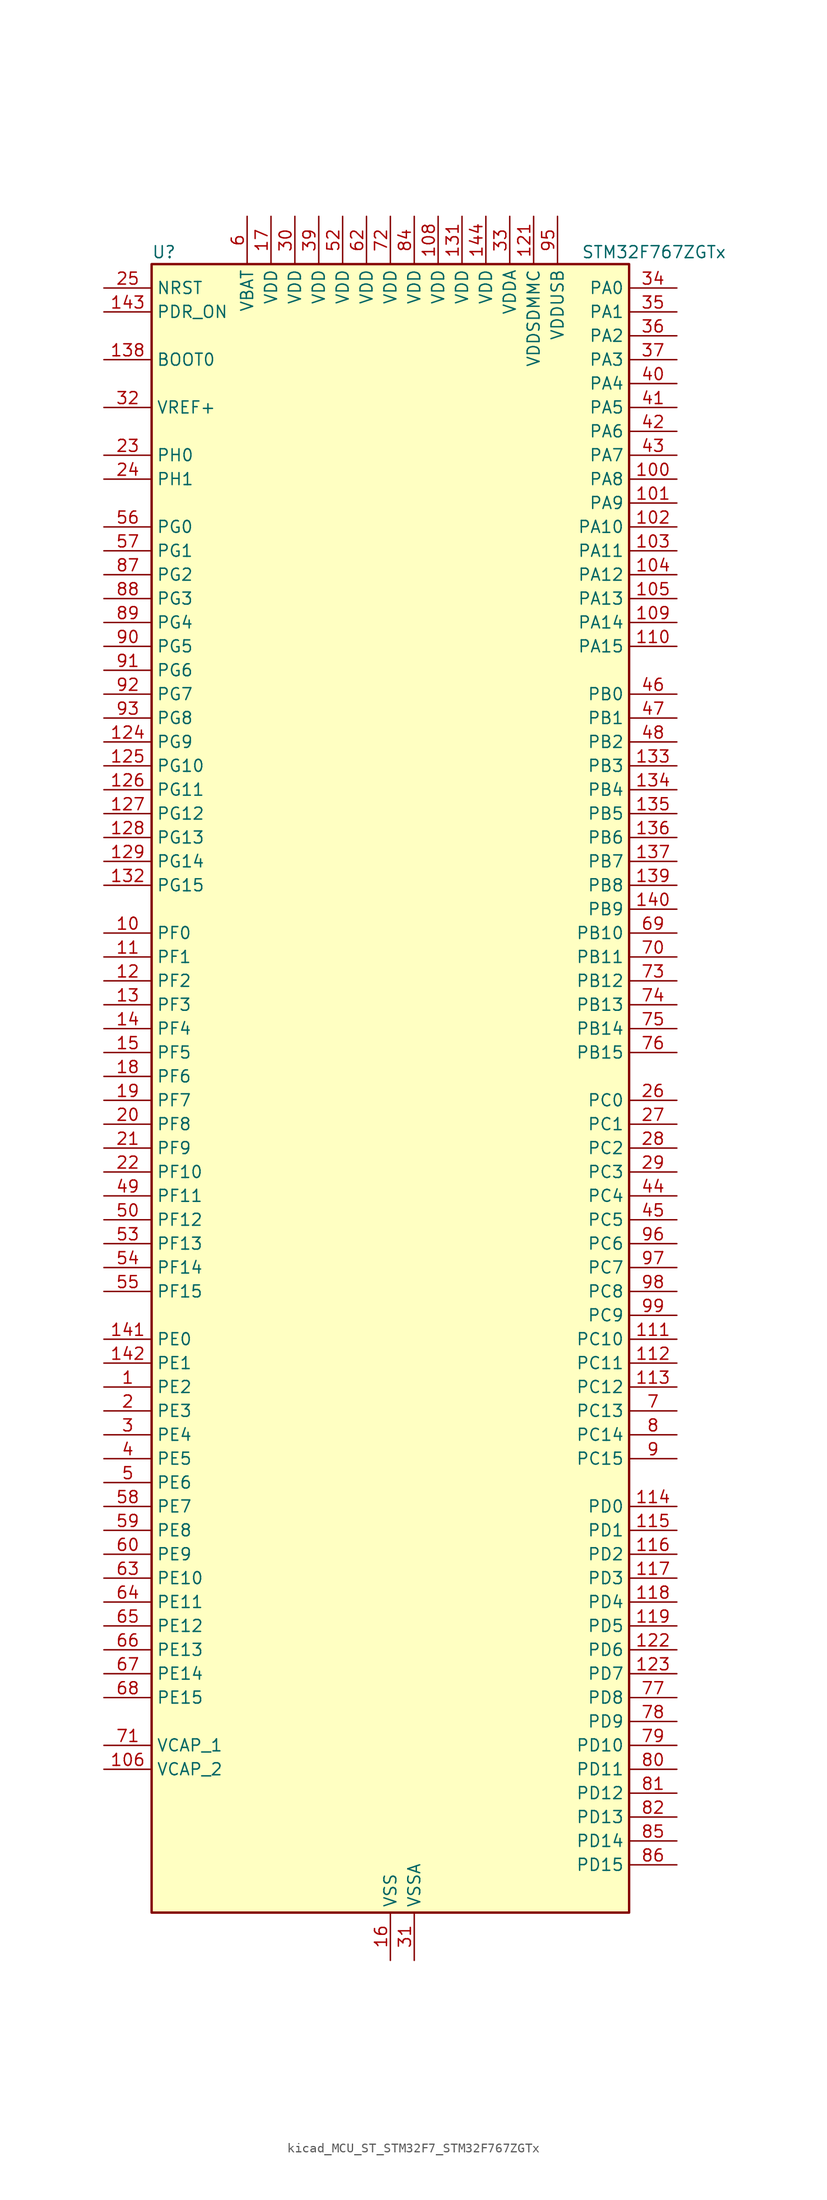
<source format=kicad_sym>
(kicad_symbol_lib
  (version 20220914)
  (generator kicad_symbol_editor)
  (symbol "kicad_MCU_ST_STM32F7_STM32F767ZGTx"
    (property "Reference" "U"
      (at -25.4 90.17 0)
      (effects (font (size 1.27 1.27)) (justify left)))
    (property "Value" "STM32F767ZGTx"
      (at 20.32 90.17 0)
      (effects (font (size 1.27 1.27)) (justify left)))
    (property "ki_locked" ""
      (at 0 0 0)
      (effects (font (size 1.27 1.27))))
    (symbol "kicad_MCU_ST_STM32F7_STM32F767ZGTx_0_1"
      (rectangle (start -25.4 -86.36) (end 25.4 88.9) (stroke (width 0.254) (type default)) (fill (type background))))
    (symbol "kicad_MCU_ST_STM32F7_STM32F767ZGTx_1_1"
      (pin bidirectional line (at -30.48 -30.48 0) (length 5.08) (name "PE2" (effects (font (size 1.27 1.27)))) (number "1" (effects (font (size 1.27 1.27)))) (alternate "ETH_TXD3" bidirectional line) (alternate "FMC_A23" bidirectional line) (alternate "QUADSPI_BK1_IO2" bidirectional line) (alternate "SAI1_MCLK_A" bidirectional line) (alternate "SPI4_SCK" bidirectional line) (alternate "SYS_TRACECLK" bidirectional line))
      (pin bidirectional line (at -30.48 17.78 0) (length 5.08) (name "PF0" (effects (font (size 1.27 1.27)))) (number "10" (effects (font (size 1.27 1.27)))) (alternate "FMC_A0" bidirectional line) (alternate "I2C2_SDA" bidirectional line))
      (pin bidirectional line (at 30.48 66.04 180) (length 5.08) (name "PA8" (effects (font (size 1.27 1.27)))) (number "100" (effects (font (size 1.27 1.27)))) (alternate "CAN3_RX" bidirectional line) (alternate "I2C3_SCL" bidirectional line) (alternate "LTDC_B3" bidirectional line) (alternate "LTDC_R6" bidirectional line) (alternate "RCC_MCO_1" bidirectional line) (alternate "TIM1_CH1" bidirectional line) (alternate "TIM8_BKIN2" bidirectional line) (alternate "UART7_RX" bidirectional line) (alternate "USART1_CK" bidirectional line) (alternate "USB_OTG_FS_SOF" bidirectional line))
      (pin bidirectional line (at 30.48 63.5 180) (length 5.08) (name "PA9" (effects (font (size 1.27 1.27)))) (number "101" (effects (font (size 1.27 1.27)))) (alternate "DAC_EXTI9" bidirectional line) (alternate "DCMI_D0" bidirectional line) (alternate "I2C3_SMBA" bidirectional line) (alternate "I2S2_CK" bidirectional line) (alternate "LTDC_R5" bidirectional line) (alternate "SPI2_SCK" bidirectional line) (alternate "TIM1_CH2" bidirectional line) (alternate "USART1_TX" bidirectional line) (alternate "USB_OTG_FS_VBUS" bidirectional line))
      (pin bidirectional line (at 30.48 60.96 180) (length 5.08) (name "PA10" (effects (font (size 1.27 1.27)))) (number "102" (effects (font (size 1.27 1.27)))) (alternate "DCMI_D1" bidirectional line) (alternate "LTDC_B1" bidirectional line) (alternate "LTDC_B4" bidirectional line) (alternate "MDIOS_MDIO" bidirectional line) (alternate "TIM1_CH3" bidirectional line) (alternate "USART1_RX" bidirectional line) (alternate "USB_OTG_FS_ID" bidirectional line))
      (pin bidirectional line (at 30.48 58.42 180) (length 5.08) (name "PA11" (effects (font (size 1.27 1.27)))) (number "103" (effects (font (size 1.27 1.27)))) (alternate "ADC1_EXTI11" bidirectional line) (alternate "ADC2_EXTI11" bidirectional line) (alternate "ADC3_EXTI11" bidirectional line) (alternate "CAN1_RX" bidirectional line) (alternate "I2S2_WS" bidirectional line) (alternate "LTDC_R4" bidirectional line) (alternate "SPI2_NSS" bidirectional line) (alternate "TIM1_CH4" bidirectional line) (alternate "UART4_RX" bidirectional line) (alternate "USART1_CTS" bidirectional line) (alternate "USB_OTG_FS_DM" bidirectional line))
      (pin bidirectional line (at 30.48 55.88 180) (length 5.08) (name "PA12" (effects (font (size 1.27 1.27)))) (number "104" (effects (font (size 1.27 1.27)))) (alternate "CAN1_TX" bidirectional line) (alternate "I2S2_CK" bidirectional line) (alternate "LTDC_R5" bidirectional line) (alternate "SAI2_FS_B" bidirectional line) (alternate "SPI2_SCK" bidirectional line) (alternate "TIM1_ETR" bidirectional line) (alternate "UART4_TX" bidirectional line) (alternate "USART1_DE" bidirectional line) (alternate "USART1_RTS" bidirectional line) (alternate "USB_OTG_FS_DP" bidirectional line))
      (pin bidirectional line (at 30.48 53.34 180) (length 5.08) (name "PA13" (effects (font (size 1.27 1.27)))) (number "105" (effects (font (size 1.27 1.27)))) (alternate "SYS_JTMS-SWDIO" bidirectional line))
      (pin power_out line (at -30.48 -71.12 0) (length 5.08) (name "VCAP_2" (effects (font (size 1.27 1.27)))) (number "106" (effects (font (size 1.27 1.27)))))
      (pin passive line (at 0 -91.44 90) (length 5.08) hide (name "VSS" (effects (font (size 1.27 1.27)))) (number "107" (effects (font (size 1.27 1.27)))))
      (pin power_in line (at 5.08 93.98 270) (length 5.08) (name "VDD" (effects (font (size 1.27 1.27)))) (number "108" (effects (font (size 1.27 1.27)))))
      (pin bidirectional line (at 30.48 50.8 180) (length 5.08) (name "PA14" (effects (font (size 1.27 1.27)))) (number "109" (effects (font (size 1.27 1.27)))) (alternate "SYS_JTCK-SWCLK" bidirectional line))
      (pin bidirectional line (at -30.48 15.24 0) (length 5.08) (name "PF1" (effects (font (size 1.27 1.27)))) (number "11" (effects (font (size 1.27 1.27)))) (alternate "FMC_A1" bidirectional line) (alternate "I2C2_SCL" bidirectional line))
      (pin bidirectional line (at 30.48 48.26 180) (length 5.08) (name "PA15" (effects (font (size 1.27 1.27)))) (number "110" (effects (font (size 1.27 1.27)))) (alternate "CAN3_TX" bidirectional line) (alternate "CEC" bidirectional line) (alternate "I2S1_WS" bidirectional line) (alternate "I2S3_WS" bidirectional line) (alternate "SPI1_NSS" bidirectional line) (alternate "SPI3_NSS" bidirectional line) (alternate "SPI6_NSS" bidirectional line) (alternate "SYS_JTDI" bidirectional line) (alternate "TIM2_CH1" bidirectional line) (alternate "TIM2_ETR" bidirectional line) (alternate "UART4_DE" bidirectional line) (alternate "UART4_RTS" bidirectional line) (alternate "UART7_TX" bidirectional line))
      (pin bidirectional line (at 30.48 -25.4 180) (length 5.08) (name "PC10" (effects (font (size 1.27 1.27)))) (number "111" (effects (font (size 1.27 1.27)))) (alternate "DCMI_D8" bidirectional line) (alternate "DFSDM1_CKIN5" bidirectional line) (alternate "I2S3_CK" bidirectional line) (alternate "LTDC_R2" bidirectional line) (alternate "QUADSPI_BK1_IO1" bidirectional line) (alternate "SDMMC1_D2" bidirectional line) (alternate "SPI3_SCK" bidirectional line) (alternate "UART4_TX" bidirectional line) (alternate "USART3_TX" bidirectional line))
      (pin bidirectional line (at 30.48 -27.94 180) (length 5.08) (name "PC11" (effects (font (size 1.27 1.27)))) (number "112" (effects (font (size 1.27 1.27)))) (alternate "ADC1_EXTI11" bidirectional line) (alternate "ADC2_EXTI11" bidirectional line) (alternate "ADC3_EXTI11" bidirectional line) (alternate "DCMI_D4" bidirectional line) (alternate "DFSDM1_DATIN5" bidirectional line) (alternate "QUADSPI_BK2_NCS" bidirectional line) (alternate "SDMMC1_D3" bidirectional line) (alternate "SPI3_MISO" bidirectional line) (alternate "UART4_RX" bidirectional line) (alternate "USART3_RX" bidirectional line))
      (pin bidirectional line (at 30.48 -30.48 180) (length 5.08) (name "PC12" (effects (font (size 1.27 1.27)))) (number "113" (effects (font (size 1.27 1.27)))) (alternate "DCMI_D9" bidirectional line) (alternate "I2S3_SD" bidirectional line) (alternate "SDMMC1_CK" bidirectional line) (alternate "SPI3_MOSI" bidirectional line) (alternate "SYS_TRACED3" bidirectional line) (alternate "UART5_TX" bidirectional line) (alternate "USART3_CK" bidirectional line))
      (pin bidirectional line (at 30.48 -43.18 180) (length 5.08) (name "PD0" (effects (font (size 1.27 1.27)))) (number "114" (effects (font (size 1.27 1.27)))) (alternate "CAN1_RX" bidirectional line) (alternate "DFSDM1_CKIN6" bidirectional line) (alternate "DFSDM1_DATIN7" bidirectional line) (alternate "FMC_D2" bidirectional line) (alternate "FMC_DA2" bidirectional line) (alternate "UART4_RX" bidirectional line))
      (pin bidirectional line (at 30.48 -45.72 180) (length 5.08) (name "PD1" (effects (font (size 1.27 1.27)))) (number "115" (effects (font (size 1.27 1.27)))) (alternate "CAN1_TX" bidirectional line) (alternate "DFSDM1_CKIN7" bidirectional line) (alternate "DFSDM1_DATIN6" bidirectional line) (alternate "FMC_D3" bidirectional line) (alternate "FMC_DA3" bidirectional line) (alternate "UART4_TX" bidirectional line))
      (pin bidirectional line (at 30.48 -48.26 180) (length 5.08) (name "PD2" (effects (font (size 1.27 1.27)))) (number "116" (effects (font (size 1.27 1.27)))) (alternate "DCMI_D11" bidirectional line) (alternate "SDMMC1_CMD" bidirectional line) (alternate "SYS_TRACED2" bidirectional line) (alternate "TIM3_ETR" bidirectional line) (alternate "UART5_RX" bidirectional line))
      (pin bidirectional line (at 30.48 -50.8 180) (length 5.08) (name "PD3" (effects (font (size 1.27 1.27)))) (number "117" (effects (font (size 1.27 1.27)))) (alternate "DCMI_D5" bidirectional line) (alternate "DFSDM1_CKOUT" bidirectional line) (alternate "DFSDM1_DATIN0" bidirectional line) (alternate "FMC_CLK" bidirectional line) (alternate "I2S2_CK" bidirectional line) (alternate "LTDC_G7" bidirectional line) (alternate "SPI2_SCK" bidirectional line) (alternate "USART2_CTS" bidirectional line))
      (pin bidirectional line (at 30.48 -53.34 180) (length 5.08) (name "PD4" (effects (font (size 1.27 1.27)))) (number "118" (effects (font (size 1.27 1.27)))) (alternate "DFSDM1_CKIN0" bidirectional line) (alternate "FMC_NOE" bidirectional line) (alternate "USART2_DE" bidirectional line) (alternate "USART2_RTS" bidirectional line))
      (pin bidirectional line (at 30.48 -55.88 180) (length 5.08) (name "PD5" (effects (font (size 1.27 1.27)))) (number "119" (effects (font (size 1.27 1.27)))) (alternate "FMC_NWE" bidirectional line) (alternate "USART2_TX" bidirectional line))
      (pin bidirectional line (at -30.48 12.7 0) (length 5.08) (name "PF2" (effects (font (size 1.27 1.27)))) (number "12" (effects (font (size 1.27 1.27)))) (alternate "FMC_A2" bidirectional line) (alternate "I2C2_SMBA" bidirectional line))
      (pin passive line (at 0 -91.44 90) (length 5.08) hide (name "VSS" (effects (font (size 1.27 1.27)))) (number "120" (effects (font (size 1.27 1.27)))))
      (pin power_in line (at 15.24 93.98 270) (length 5.08) (name "VDDSDMMC" (effects (font (size 1.27 1.27)))) (number "121" (effects (font (size 1.27 1.27)))))
      (pin bidirectional line (at 30.48 -58.42 180) (length 5.08) (name "PD6" (effects (font (size 1.27 1.27)))) (number "122" (effects (font (size 1.27 1.27)))) (alternate "DCMI_D10" bidirectional line) (alternate "DFSDM1_CKIN4" bidirectional line) (alternate "DFSDM1_DATIN1" bidirectional line) (alternate "FMC_NWAIT" bidirectional line) (alternate "I2S3_SD" bidirectional line) (alternate "LTDC_B2" bidirectional line) (alternate "SAI1_SD_A" bidirectional line) (alternate "SDMMC2_CK" bidirectional line) (alternate "SPI3_MOSI" bidirectional line) (alternate "USART2_RX" bidirectional line))
      (pin bidirectional line (at 30.48 -60.96 180) (length 5.08) (name "PD7" (effects (font (size 1.27 1.27)))) (number "123" (effects (font (size 1.27 1.27)))) (alternate "DFSDM1_CKIN1" bidirectional line) (alternate "DFSDM1_DATIN4" bidirectional line) (alternate "FMC_NE1" bidirectional line) (alternate "I2S1_SD" bidirectional line) (alternate "SDMMC2_CMD" bidirectional line) (alternate "SPDIFRX_IN0" bidirectional line) (alternate "SPI1_MOSI" bidirectional line) (alternate "USART2_CK" bidirectional line))
      (pin bidirectional line (at -30.48 38.1 0) (length 5.08) (name "PG9" (effects (font (size 1.27 1.27)))) (number "124" (effects (font (size 1.27 1.27)))) (alternate "DAC_EXTI9" bidirectional line) (alternate "DCMI_VSYNC" bidirectional line) (alternate "FMC_NCE" bidirectional line) (alternate "FMC_NE2" bidirectional line) (alternate "QUADSPI_BK2_IO2" bidirectional line) (alternate "SAI2_FS_B" bidirectional line) (alternate "SDMMC2_D0" bidirectional line) (alternate "SPDIFRX_IN3" bidirectional line) (alternate "SPI1_MISO" bidirectional line) (alternate "USART6_RX" bidirectional line))
      (pin bidirectional line (at -30.48 35.56 0) (length 5.08) (name "PG10" (effects (font (size 1.27 1.27)))) (number "125" (effects (font (size 1.27 1.27)))) (alternate "DCMI_D2" bidirectional line) (alternate "FMC_NE3" bidirectional line) (alternate "I2S1_WS" bidirectional line) (alternate "LTDC_B2" bidirectional line) (alternate "LTDC_G3" bidirectional line) (alternate "SAI2_SD_B" bidirectional line) (alternate "SDMMC2_D1" bidirectional line) (alternate "SPI1_NSS" bidirectional line))
      (pin bidirectional line (at -30.48 33.02 0) (length 5.08) (name "PG11" (effects (font (size 1.27 1.27)))) (number "126" (effects (font (size 1.27 1.27)))) (alternate "ADC1_EXTI11" bidirectional line) (alternate "ADC2_EXTI11" bidirectional line) (alternate "ADC3_EXTI11" bidirectional line) (alternate "DCMI_D3" bidirectional line) (alternate "ETH_TX_EN" bidirectional line) (alternate "I2S1_CK" bidirectional line) (alternate "LTDC_B3" bidirectional line) (alternate "SDMMC2_D2" bidirectional line) (alternate "SPDIFRX_IN0" bidirectional line) (alternate "SPI1_SCK" bidirectional line))
      (pin bidirectional line (at -30.48 30.48 0) (length 5.08) (name "PG12" (effects (font (size 1.27 1.27)))) (number "127" (effects (font (size 1.27 1.27)))) (alternate "FMC_NE4" bidirectional line) (alternate "LPTIM1_IN1" bidirectional line) (alternate "LTDC_B1" bidirectional line) (alternate "LTDC_B4" bidirectional line) (alternate "SDMMC2_D3" bidirectional line) (alternate "SPDIFRX_IN1" bidirectional line) (alternate "SPI6_MISO" bidirectional line) (alternate "USART6_DE" bidirectional line) (alternate "USART6_RTS" bidirectional line))
      (pin bidirectional line (at -30.48 27.94 0) (length 5.08) (name "PG13" (effects (font (size 1.27 1.27)))) (number "128" (effects (font (size 1.27 1.27)))) (alternate "ETH_TXD0" bidirectional line) (alternate "FMC_A24" bidirectional line) (alternate "LPTIM1_OUT" bidirectional line) (alternate "LTDC_R0" bidirectional line) (alternate "SPI6_SCK" bidirectional line) (alternate "SYS_TRACED0" bidirectional line) (alternate "USART6_CTS" bidirectional line))
      (pin bidirectional line (at -30.48 25.4 0) (length 5.08) (name "PG14" (effects (font (size 1.27 1.27)))) (number "129" (effects (font (size 1.27 1.27)))) (alternate "ETH_TXD1" bidirectional line) (alternate "FMC_A25" bidirectional line) (alternate "LPTIM1_ETR" bidirectional line) (alternate "LTDC_B0" bidirectional line) (alternate "QUADSPI_BK2_IO3" bidirectional line) (alternate "SPI6_MOSI" bidirectional line) (alternate "SYS_TRACED1" bidirectional line) (alternate "USART6_TX" bidirectional line))
      (pin bidirectional line (at -30.48 10.16 0) (length 5.08) (name "PF3" (effects (font (size 1.27 1.27)))) (number "13" (effects (font (size 1.27 1.27)))) (alternate "ADC3_IN9" bidirectional line) (alternate "FMC_A3" bidirectional line))
      (pin passive line (at 0 -91.44 90) (length 5.08) hide (name "VSS" (effects (font (size 1.27 1.27)))) (number "130" (effects (font (size 1.27 1.27)))))
      (pin power_in line (at 7.62 93.98 270) (length 5.08) (name "VDD" (effects (font (size 1.27 1.27)))) (number "131" (effects (font (size 1.27 1.27)))))
      (pin bidirectional line (at -30.48 22.86 0) (length 5.08) (name "PG15" (effects (font (size 1.27 1.27)))) (number "132" (effects (font (size 1.27 1.27)))) (alternate "DCMI_D13" bidirectional line) (alternate "FMC_SDNCAS" bidirectional line) (alternate "USART6_CTS" bidirectional line))
      (pin bidirectional line (at 30.48 35.56 180) (length 5.08) (name "PB3" (effects (font (size 1.27 1.27)))) (number "133" (effects (font (size 1.27 1.27)))) (alternate "CAN3_RX" bidirectional line) (alternate "I2S1_CK" bidirectional line) (alternate "I2S3_CK" bidirectional line) (alternate "SDMMC2_D2" bidirectional line) (alternate "SPI1_SCK" bidirectional line) (alternate "SPI3_SCK" bidirectional line) (alternate "SPI6_SCK" bidirectional line) (alternate "SYS_JTDO-SWO" bidirectional line) (alternate "TIM2_CH2" bidirectional line) (alternate "UART7_RX" bidirectional line))
      (pin bidirectional line (at 30.48 33.02 180) (length 5.08) (name "PB4" (effects (font (size 1.27 1.27)))) (number "134" (effects (font (size 1.27 1.27)))) (alternate "CAN3_TX" bidirectional line) (alternate "I2S2_WS" bidirectional line) (alternate "SDMMC2_D3" bidirectional line) (alternate "SPI1_MISO" bidirectional line) (alternate "SPI2_NSS" bidirectional line) (alternate "SPI3_MISO" bidirectional line) (alternate "SPI6_MISO" bidirectional line) (alternate "SYS_JTRST" bidirectional line) (alternate "TIM3_CH1" bidirectional line) (alternate "UART7_TX" bidirectional line))
      (pin bidirectional line (at 30.48 30.48 180) (length 5.08) (name "PB5" (effects (font (size 1.27 1.27)))) (number "135" (effects (font (size 1.27 1.27)))) (alternate "CAN2_RX" bidirectional line) (alternate "DCMI_D10" bidirectional line) (alternate "ETH_PPS_OUT" bidirectional line) (alternate "FMC_SDCKE1" bidirectional line) (alternate "I2C1_SMBA" bidirectional line) (alternate "I2S1_SD" bidirectional line) (alternate "I2S3_SD" bidirectional line) (alternate "LTDC_G7" bidirectional line) (alternate "SPI1_MOSI" bidirectional line) (alternate "SPI3_MOSI" bidirectional line) (alternate "SPI6_MOSI" bidirectional line) (alternate "TIM3_CH2" bidirectional line) (alternate "UART5_RX" bidirectional line) (alternate "USB_OTG_HS_ULPI_D7" bidirectional line))
      (pin bidirectional line (at 30.48 27.94 180) (length 5.08) (name "PB6" (effects (font (size 1.27 1.27)))) (number "136" (effects (font (size 1.27 1.27)))) (alternate "CAN2_TX" bidirectional line) (alternate "CEC" bidirectional line) (alternate "DCMI_D5" bidirectional line) (alternate "DFSDM1_DATIN5" bidirectional line) (alternate "FMC_SDNE1" bidirectional line) (alternate "I2C1_SCL" bidirectional line) (alternate "I2C4_SCL" bidirectional line) (alternate "QUADSPI_BK1_NCS" bidirectional line) (alternate "TIM4_CH1" bidirectional line) (alternate "UART5_TX" bidirectional line) (alternate "USART1_TX" bidirectional line))
      (pin bidirectional line (at 30.48 25.4 180) (length 5.08) (name "PB7" (effects (font (size 1.27 1.27)))) (number "137" (effects (font (size 1.27 1.27)))) (alternate "DCMI_VSYNC" bidirectional line) (alternate "DFSDM1_CKIN5" bidirectional line) (alternate "FMC_NL" bidirectional line) (alternate "I2C1_SDA" bidirectional line) (alternate "I2C4_SDA" bidirectional line) (alternate "TIM4_CH2" bidirectional line) (alternate "USART1_RX" bidirectional line))
      (pin input line (at -30.48 78.74 0) (length 5.08) (name "BOOT0" (effects (font (size 1.27 1.27)))) (number "138" (effects (font (size 1.27 1.27)))))
      (pin bidirectional line (at 30.48 22.86 180) (length 5.08) (name "PB8" (effects (font (size 1.27 1.27)))) (number "139" (effects (font (size 1.27 1.27)))) (alternate "CAN1_RX" bidirectional line) (alternate "DCMI_D6" bidirectional line) (alternate "DFSDM1_CKIN7" bidirectional line) (alternate "ETH_TXD3" bidirectional line) (alternate "I2C1_SCL" bidirectional line) (alternate "I2C4_SCL" bidirectional line) (alternate "LTDC_B6" bidirectional line) (alternate "SDMMC1_D4" bidirectional line) (alternate "SDMMC2_D4" bidirectional line) (alternate "TIM10_CH1" bidirectional line) (alternate "TIM4_CH3" bidirectional line) (alternate "UART5_RX" bidirectional line))
      (pin bidirectional line (at -30.48 7.62 0) (length 5.08) (name "PF4" (effects (font (size 1.27 1.27)))) (number "14" (effects (font (size 1.27 1.27)))) (alternate "ADC3_IN14" bidirectional line) (alternate "FMC_A4" bidirectional line))
      (pin bidirectional line (at 30.48 20.32 180) (length 5.08) (name "PB9" (effects (font (size 1.27 1.27)))) (number "140" (effects (font (size 1.27 1.27)))) (alternate "CAN1_TX" bidirectional line) (alternate "DAC_EXTI9" bidirectional line) (alternate "DCMI_D7" bidirectional line) (alternate "DFSDM1_DATIN7" bidirectional line) (alternate "I2C1_SDA" bidirectional line) (alternate "I2C4_SDA" bidirectional line) (alternate "I2C4_SMBA" bidirectional line) (alternate "I2S2_WS" bidirectional line) (alternate "LTDC_B7" bidirectional line) (alternate "SDMMC1_D5" bidirectional line) (alternate "SDMMC2_D5" bidirectional line) (alternate "SPI2_NSS" bidirectional line) (alternate "TIM11_CH1" bidirectional line) (alternate "TIM4_CH4" bidirectional line) (alternate "UART5_TX" bidirectional line))
      (pin bidirectional line (at -30.48 -25.4 0) (length 5.08) (name "PE0" (effects (font (size 1.27 1.27)))) (number "141" (effects (font (size 1.27 1.27)))) (alternate "DCMI_D2" bidirectional line) (alternate "FMC_NBL0" bidirectional line) (alternate "LPTIM1_ETR" bidirectional line) (alternate "SAI2_MCLK_A" bidirectional line) (alternate "TIM4_ETR" bidirectional line) (alternate "UART8_RX" bidirectional line))
      (pin bidirectional line (at -30.48 -27.94 0) (length 5.08) (name "PE1" (effects (font (size 1.27 1.27)))) (number "142" (effects (font (size 1.27 1.27)))) (alternate "DCMI_D3" bidirectional line) (alternate "FMC_NBL1" bidirectional line) (alternate "LPTIM1_IN2" bidirectional line) (alternate "UART8_TX" bidirectional line))
      (pin input line (at -30.48 83.82 0) (length 5.08) (name "PDR_ON" (effects (font (size 1.27 1.27)))) (number "143" (effects (font (size 1.27 1.27)))))
      (pin power_in line (at 10.16 93.98 270) (length 5.08) (name "VDD" (effects (font (size 1.27 1.27)))) (number "144" (effects (font (size 1.27 1.27)))))
      (pin bidirectional line (at -30.48 5.08 0) (length 5.08) (name "PF5" (effects (font (size 1.27 1.27)))) (number "15" (effects (font (size 1.27 1.27)))) (alternate "ADC3_IN15" bidirectional line) (alternate "FMC_A5" bidirectional line))
      (pin power_in line (at 0 -91.44 90) (length 5.08) (name "VSS" (effects (font (size 1.27 1.27)))) (number "16" (effects (font (size 1.27 1.27)))))
      (pin power_in line (at -12.7 93.98 270) (length 5.08) (name "VDD" (effects (font (size 1.27 1.27)))) (number "17" (effects (font (size 1.27 1.27)))))
      (pin bidirectional line (at -30.48 2.54 0) (length 5.08) (name "PF6" (effects (font (size 1.27 1.27)))) (number "18" (effects (font (size 1.27 1.27)))) (alternate "ADC3_IN4" bidirectional line) (alternate "QUADSPI_BK1_IO3" bidirectional line) (alternate "SAI1_SD_B" bidirectional line) (alternate "SPI5_NSS" bidirectional line) (alternate "TIM10_CH1" bidirectional line) (alternate "UART7_RX" bidirectional line))
      (pin bidirectional line (at -30.48 0 0) (length 5.08) (name "PF7" (effects (font (size 1.27 1.27)))) (number "19" (effects (font (size 1.27 1.27)))) (alternate "ADC3_IN5" bidirectional line) (alternate "QUADSPI_BK1_IO2" bidirectional line) (alternate "SAI1_MCLK_B" bidirectional line) (alternate "SPI5_SCK" bidirectional line) (alternate "TIM11_CH1" bidirectional line) (alternate "UART7_TX" bidirectional line))
      (pin bidirectional line (at -30.48 -33.02 0) (length 5.08) (name "PE3" (effects (font (size 1.27 1.27)))) (number "2" (effects (font (size 1.27 1.27)))) (alternate "FMC_A19" bidirectional line) (alternate "SAI1_SD_B" bidirectional line) (alternate "SYS_TRACED0" bidirectional line))
      (pin bidirectional line (at -30.48 -2.54 0) (length 5.08) (name "PF8" (effects (font (size 1.27 1.27)))) (number "20" (effects (font (size 1.27 1.27)))) (alternate "ADC3_IN6" bidirectional line) (alternate "QUADSPI_BK1_IO0" bidirectional line) (alternate "SAI1_SCK_B" bidirectional line) (alternate "SPI5_MISO" bidirectional line) (alternate "TIM13_CH1" bidirectional line) (alternate "UART7_DE" bidirectional line) (alternate "UART7_RTS" bidirectional line))
      (pin bidirectional line (at -30.48 -5.08 0) (length 5.08) (name "PF9" (effects (font (size 1.27 1.27)))) (number "21" (effects (font (size 1.27 1.27)))) (alternate "ADC3_IN7" bidirectional line) (alternate "DAC_EXTI9" bidirectional line) (alternate "QUADSPI_BK1_IO1" bidirectional line) (alternate "SAI1_FS_B" bidirectional line) (alternate "SPI5_MOSI" bidirectional line) (alternate "TIM14_CH1" bidirectional line) (alternate "UART7_CTS" bidirectional line))
      (pin bidirectional line (at -30.48 -7.62 0) (length 5.08) (name "PF10" (effects (font (size 1.27 1.27)))) (number "22" (effects (font (size 1.27 1.27)))) (alternate "ADC3_IN8" bidirectional line) (alternate "DCMI_D11" bidirectional line) (alternate "LTDC_DE" bidirectional line) (alternate "QUADSPI_CLK" bidirectional line))
      (pin bidirectional line (at -30.48 68.58 0) (length 5.08) (name "PH0" (effects (font (size 1.27 1.27)))) (number "23" (effects (font (size 1.27 1.27)))) (alternate "RCC_OSC_IN" bidirectional line))
      (pin bidirectional line (at -30.48 66.04 0) (length 5.08) (name "PH1" (effects (font (size 1.27 1.27)))) (number "24" (effects (font (size 1.27 1.27)))) (alternate "RCC_OSC_OUT" bidirectional line))
      (pin input line (at -30.48 86.36 0) (length 5.08) (name "NRST" (effects (font (size 1.27 1.27)))) (number "25" (effects (font (size 1.27 1.27)))))
      (pin bidirectional line (at 30.48 0 180) (length 5.08) (name "PC0" (effects (font (size 1.27 1.27)))) (number "26" (effects (font (size 1.27 1.27)))) (alternate "ADC1_IN10" bidirectional line) (alternate "ADC2_IN10" bidirectional line) (alternate "ADC3_IN10" bidirectional line) (alternate "DFSDM1_CKIN0" bidirectional line) (alternate "DFSDM1_DATIN4" bidirectional line) (alternate "FMC_SDNWE" bidirectional line) (alternate "LTDC_R5" bidirectional line) (alternate "SAI2_FS_B" bidirectional line) (alternate "USB_OTG_HS_ULPI_STP" bidirectional line))
      (pin bidirectional line (at 30.48 -2.54 180) (length 5.08) (name "PC1" (effects (font (size 1.27 1.27)))) (number "27" (effects (font (size 1.27 1.27)))) (alternate "ADC1_IN11" bidirectional line) (alternate "ADC2_IN11" bidirectional line) (alternate "ADC3_IN11" bidirectional line) (alternate "DFSDM1_CKIN4" bidirectional line) (alternate "DFSDM1_DATIN0" bidirectional line) (alternate "ETH_MDC" bidirectional line) (alternate "I2S2_SD" bidirectional line) (alternate "MDIOS_MDC" bidirectional line) (alternate "RTC_TAMP3" bidirectional line) (alternate "RTC_TS" bidirectional line) (alternate "SAI1_SD_A" bidirectional line) (alternate "SPI2_MOSI" bidirectional line) (alternate "SYS_TRACED0" bidirectional line) (alternate "SYS_WKUP3" bidirectional line))
      (pin bidirectional line (at 30.48 -5.08 180) (length 5.08) (name "PC2" (effects (font (size 1.27 1.27)))) (number "28" (effects (font (size 1.27 1.27)))) (alternate "ADC1_IN12" bidirectional line) (alternate "ADC2_IN12" bidirectional line) (alternate "ADC3_IN12" bidirectional line) (alternate "DFSDM1_CKIN1" bidirectional line) (alternate "DFSDM1_CKOUT" bidirectional line) (alternate "ETH_TXD2" bidirectional line) (alternate "FMC_SDNE0" bidirectional line) (alternate "SPI2_MISO" bidirectional line) (alternate "USB_OTG_HS_ULPI_DIR" bidirectional line))
      (pin bidirectional line (at 30.48 -7.62 180) (length 5.08) (name "PC3" (effects (font (size 1.27 1.27)))) (number "29" (effects (font (size 1.27 1.27)))) (alternate "ADC1_IN13" bidirectional line) (alternate "ADC2_IN13" bidirectional line) (alternate "ADC3_IN13" bidirectional line) (alternate "DFSDM1_DATIN1" bidirectional line) (alternate "ETH_TX_CLK" bidirectional line) (alternate "FMC_SDCKE0" bidirectional line) (alternate "I2S2_SD" bidirectional line) (alternate "SPI2_MOSI" bidirectional line) (alternate "USB_OTG_HS_ULPI_NXT" bidirectional line))
      (pin bidirectional line (at -30.48 -35.56 0) (length 5.08) (name "PE4" (effects (font (size 1.27 1.27)))) (number "3" (effects (font (size 1.27 1.27)))) (alternate "DCMI_D4" bidirectional line) (alternate "DFSDM1_DATIN3" bidirectional line) (alternate "FMC_A20" bidirectional line) (alternate "LTDC_B0" bidirectional line) (alternate "SAI1_FS_A" bidirectional line) (alternate "SPI4_NSS" bidirectional line) (alternate "SYS_TRACED1" bidirectional line))
      (pin power_in line (at -10.16 93.98 270) (length 5.08) (name "VDD" (effects (font (size 1.27 1.27)))) (number "30" (effects (font (size 1.27 1.27)))))
      (pin power_in line (at 2.54 -91.44 90) (length 5.08) (name "VSSA" (effects (font (size 1.27 1.27)))) (number "31" (effects (font (size 1.27 1.27)))))
      (pin input line (at -30.48 73.66 0) (length 5.08) (name "VREF+" (effects (font (size 1.27 1.27)))) (number "32" (effects (font (size 1.27 1.27)))))
      (pin power_in line (at 12.7 93.98 270) (length 5.08) (name "VDDA" (effects (font (size 1.27 1.27)))) (number "33" (effects (font (size 1.27 1.27)))))
      (pin bidirectional line (at 30.48 86.36 180) (length 5.08) (name "PA0" (effects (font (size 1.27 1.27)))) (number "34" (effects (font (size 1.27 1.27)))) (alternate "ADC1_IN0" bidirectional line) (alternate "ADC2_IN0" bidirectional line) (alternate "ADC3_IN0" bidirectional line) (alternate "ETH_CRS" bidirectional line) (alternate "SAI2_SD_B" bidirectional line) (alternate "SYS_WKUP1" bidirectional line) (alternate "TIM2_CH1" bidirectional line) (alternate "TIM2_ETR" bidirectional line) (alternate "TIM5_CH1" bidirectional line) (alternate "TIM8_ETR" bidirectional line) (alternate "UART4_TX" bidirectional line) (alternate "USART2_CTS" bidirectional line))
      (pin bidirectional line (at 30.48 83.82 180) (length 5.08) (name "PA1" (effects (font (size 1.27 1.27)))) (number "35" (effects (font (size 1.27 1.27)))) (alternate "ADC1_IN1" bidirectional line) (alternate "ADC2_IN1" bidirectional line) (alternate "ADC3_IN1" bidirectional line) (alternate "ETH_REF_CLK" bidirectional line) (alternate "ETH_RX_CLK" bidirectional line) (alternate "LTDC_R2" bidirectional line) (alternate "QUADSPI_BK1_IO3" bidirectional line) (alternate "SAI2_MCLK_B" bidirectional line) (alternate "TIM2_CH2" bidirectional line) (alternate "TIM5_CH2" bidirectional line) (alternate "UART4_RX" bidirectional line) (alternate "USART2_DE" bidirectional line) (alternate "USART2_RTS" bidirectional line))
      (pin bidirectional line (at 30.48 81.28 180) (length 5.08) (name "PA2" (effects (font (size 1.27 1.27)))) (number "36" (effects (font (size 1.27 1.27)))) (alternate "ADC1_IN2" bidirectional line) (alternate "ADC2_IN2" bidirectional line) (alternate "ADC3_IN2" bidirectional line) (alternate "ETH_MDIO" bidirectional line) (alternate "LTDC_R1" bidirectional line) (alternate "MDIOS_MDIO" bidirectional line) (alternate "SAI2_SCK_B" bidirectional line) (alternate "SYS_WKUP2" bidirectional line) (alternate "TIM2_CH3" bidirectional line) (alternate "TIM5_CH3" bidirectional line) (alternate "TIM9_CH1" bidirectional line) (alternate "USART2_TX" bidirectional line))
      (pin bidirectional line (at 30.48 78.74 180) (length 5.08) (name "PA3" (effects (font (size 1.27 1.27)))) (number "37" (effects (font (size 1.27 1.27)))) (alternate "ADC1_IN3" bidirectional line) (alternate "ADC2_IN3" bidirectional line) (alternate "ADC3_IN3" bidirectional line) (alternate "ETH_COL" bidirectional line) (alternate "LTDC_B2" bidirectional line) (alternate "LTDC_B5" bidirectional line) (alternate "TIM2_CH4" bidirectional line) (alternate "TIM5_CH4" bidirectional line) (alternate "TIM9_CH2" bidirectional line) (alternate "USART2_RX" bidirectional line) (alternate "USB_OTG_HS_ULPI_D0" bidirectional line))
      (pin passive line (at 0 -91.44 90) (length 5.08) hide (name "VSS" (effects (font (size 1.27 1.27)))) (number "38" (effects (font (size 1.27 1.27)))))
      (pin power_in line (at -7.62 93.98 270) (length 5.08) (name "VDD" (effects (font (size 1.27 1.27)))) (number "39" (effects (font (size 1.27 1.27)))))
      (pin bidirectional line (at -30.48 -38.1 0) (length 5.08) (name "PE5" (effects (font (size 1.27 1.27)))) (number "4" (effects (font (size 1.27 1.27)))) (alternate "DCMI_D6" bidirectional line) (alternate "DFSDM1_CKIN3" bidirectional line) (alternate "FMC_A21" bidirectional line) (alternate "LTDC_G0" bidirectional line) (alternate "SAI1_SCK_A" bidirectional line) (alternate "SPI4_MISO" bidirectional line) (alternate "SYS_TRACED2" bidirectional line) (alternate "TIM9_CH1" bidirectional line))
      (pin bidirectional line (at 30.48 76.2 180) (length 5.08) (name "PA4" (effects (font (size 1.27 1.27)))) (number "40" (effects (font (size 1.27 1.27)))) (alternate "ADC1_IN4" bidirectional line) (alternate "ADC2_IN4" bidirectional line) (alternate "DAC_OUT1" bidirectional line) (alternate "DCMI_HSYNC" bidirectional line) (alternate "I2S1_WS" bidirectional line) (alternate "I2S3_WS" bidirectional line) (alternate "LTDC_VSYNC" bidirectional line) (alternate "SPI1_NSS" bidirectional line) (alternate "SPI3_NSS" bidirectional line) (alternate "SPI6_NSS" bidirectional line) (alternate "USART2_CK" bidirectional line) (alternate "USB_OTG_HS_SOF" bidirectional line))
      (pin bidirectional line (at 30.48 73.66 180) (length 5.08) (name "PA5" (effects (font (size 1.27 1.27)))) (number "41" (effects (font (size 1.27 1.27)))) (alternate "ADC1_IN5" bidirectional line) (alternate "ADC2_IN5" bidirectional line) (alternate "DAC_OUT2" bidirectional line) (alternate "I2S1_CK" bidirectional line) (alternate "LTDC_R4" bidirectional line) (alternate "SPI1_SCK" bidirectional line) (alternate "SPI6_SCK" bidirectional line) (alternate "TIM2_CH1" bidirectional line) (alternate "TIM2_ETR" bidirectional line) (alternate "TIM8_CH1N" bidirectional line) (alternate "USB_OTG_HS_ULPI_CK" bidirectional line))
      (pin bidirectional line (at 30.48 71.12 180) (length 5.08) (name "PA6" (effects (font (size 1.27 1.27)))) (number "42" (effects (font (size 1.27 1.27)))) (alternate "ADC1_IN6" bidirectional line) (alternate "ADC2_IN6" bidirectional line) (alternate "DCMI_PIXCLK" bidirectional line) (alternate "LTDC_G2" bidirectional line) (alternate "MDIOS_MDC" bidirectional line) (alternate "SPI1_MISO" bidirectional line) (alternate "SPI6_MISO" bidirectional line) (alternate "TIM13_CH1" bidirectional line) (alternate "TIM1_BKIN" bidirectional line) (alternate "TIM3_CH1" bidirectional line) (alternate "TIM8_BKIN" bidirectional line))
      (pin bidirectional line (at 30.48 68.58 180) (length 5.08) (name "PA7" (effects (font (size 1.27 1.27)))) (number "43" (effects (font (size 1.27 1.27)))) (alternate "ADC1_IN7" bidirectional line) (alternate "ADC2_IN7" bidirectional line) (alternate "ETH_CRS_DV" bidirectional line) (alternate "ETH_RX_DV" bidirectional line) (alternate "FMC_SDNWE" bidirectional line) (alternate "I2S1_SD" bidirectional line) (alternate "SPI1_MOSI" bidirectional line) (alternate "SPI6_MOSI" bidirectional line) (alternate "TIM14_CH1" bidirectional line) (alternate "TIM1_CH1N" bidirectional line) (alternate "TIM3_CH2" bidirectional line) (alternate "TIM8_CH1N" bidirectional line))
      (pin bidirectional line (at 30.48 -10.16 180) (length 5.08) (name "PC4" (effects (font (size 1.27 1.27)))) (number "44" (effects (font (size 1.27 1.27)))) (alternate "ADC1_IN14" bidirectional line) (alternate "ADC2_IN14" bidirectional line) (alternate "DFSDM1_CKIN2" bidirectional line) (alternate "ETH_RXD0" bidirectional line) (alternate "FMC_SDNE0" bidirectional line) (alternate "I2S1_MCK" bidirectional line) (alternate "SPDIFRX_IN2" bidirectional line))
      (pin bidirectional line (at 30.48 -12.7 180) (length 5.08) (name "PC5" (effects (font (size 1.27 1.27)))) (number "45" (effects (font (size 1.27 1.27)))) (alternate "ADC1_IN15" bidirectional line) (alternate "ADC2_IN15" bidirectional line) (alternate "DFSDM1_DATIN2" bidirectional line) (alternate "ETH_RXD1" bidirectional line) (alternate "FMC_SDCKE0" bidirectional line) (alternate "SPDIFRX_IN3" bidirectional line))
      (pin bidirectional line (at 30.48 43.18 180) (length 5.08) (name "PB0" (effects (font (size 1.27 1.27)))) (number "46" (effects (font (size 1.27 1.27)))) (alternate "ADC1_IN8" bidirectional line) (alternate "ADC2_IN8" bidirectional line) (alternate "DFSDM1_CKOUT" bidirectional line) (alternate "ETH_RXD2" bidirectional line) (alternate "LTDC_G1" bidirectional line) (alternate "LTDC_R3" bidirectional line) (alternate "TIM1_CH2N" bidirectional line) (alternate "TIM3_CH3" bidirectional line) (alternate "TIM8_CH2N" bidirectional line) (alternate "UART4_CTS" bidirectional line) (alternate "USB_OTG_HS_ULPI_D1" bidirectional line))
      (pin bidirectional line (at 30.48 40.64 180) (length 5.08) (name "PB1" (effects (font (size 1.27 1.27)))) (number "47" (effects (font (size 1.27 1.27)))) (alternate "ADC1_IN9" bidirectional line) (alternate "ADC2_IN9" bidirectional line) (alternate "DFSDM1_DATIN1" bidirectional line) (alternate "ETH_RXD3" bidirectional line) (alternate "LTDC_G0" bidirectional line) (alternate "LTDC_R6" bidirectional line) (alternate "TIM1_CH3N" bidirectional line) (alternate "TIM3_CH4" bidirectional line) (alternate "TIM8_CH3N" bidirectional line) (alternate "USB_OTG_HS_ULPI_D2" bidirectional line))
      (pin bidirectional line (at 30.48 38.1 180) (length 5.08) (name "PB2" (effects (font (size 1.27 1.27)))) (number "48" (effects (font (size 1.27 1.27)))) (alternate "DFSDM1_CKIN1" bidirectional line) (alternate "I2S3_SD" bidirectional line) (alternate "QUADSPI_CLK" bidirectional line) (alternate "SAI1_SD_A" bidirectional line) (alternate "SPI3_MOSI" bidirectional line))
      (pin bidirectional line (at -30.48 -10.16 0) (length 5.08) (name "PF11" (effects (font (size 1.27 1.27)))) (number "49" (effects (font (size 1.27 1.27)))) (alternate "ADC1_EXTI11" bidirectional line) (alternate "ADC2_EXTI11" bidirectional line) (alternate "ADC3_EXTI11" bidirectional line) (alternate "DCMI_D12" bidirectional line) (alternate "FMC_SDNRAS" bidirectional line) (alternate "SAI2_SD_B" bidirectional line) (alternate "SPI5_MOSI" bidirectional line))
      (pin bidirectional line (at -30.48 -40.64 0) (length 5.08) (name "PE6" (effects (font (size 1.27 1.27)))) (number "5" (effects (font (size 1.27 1.27)))) (alternate "DCMI_D7" bidirectional line) (alternate "FMC_A22" bidirectional line) (alternate "LTDC_G1" bidirectional line) (alternate "SAI1_SD_A" bidirectional line) (alternate "SAI2_MCLK_B" bidirectional line) (alternate "SPI4_MOSI" bidirectional line) (alternate "SYS_TRACED3" bidirectional line) (alternate "TIM1_BKIN2" bidirectional line) (alternate "TIM9_CH2" bidirectional line))
      (pin bidirectional line (at -30.48 -12.7 0) (length 5.08) (name "PF12" (effects (font (size 1.27 1.27)))) (number "50" (effects (font (size 1.27 1.27)))) (alternate "FMC_A6" bidirectional line))
      (pin passive line (at 0 -91.44 90) (length 5.08) hide (name "VSS" (effects (font (size 1.27 1.27)))) (number "51" (effects (font (size 1.27 1.27)))))
      (pin power_in line (at -5.08 93.98 270) (length 5.08) (name "VDD" (effects (font (size 1.27 1.27)))) (number "52" (effects (font (size 1.27 1.27)))))
      (pin bidirectional line (at -30.48 -15.24 0) (length 5.08) (name "PF13" (effects (font (size 1.27 1.27)))) (number "53" (effects (font (size 1.27 1.27)))) (alternate "DFSDM1_DATIN6" bidirectional line) (alternate "FMC_A7" bidirectional line) (alternate "I2C4_SMBA" bidirectional line))
      (pin bidirectional line (at -30.48 -17.78 0) (length 5.08) (name "PF14" (effects (font (size 1.27 1.27)))) (number "54" (effects (font (size 1.27 1.27)))) (alternate "DFSDM1_CKIN6" bidirectional line) (alternate "FMC_A8" bidirectional line) (alternate "I2C4_SCL" bidirectional line))
      (pin bidirectional line (at -30.48 -20.32 0) (length 5.08) (name "PF15" (effects (font (size 1.27 1.27)))) (number "55" (effects (font (size 1.27 1.27)))) (alternate "FMC_A9" bidirectional line) (alternate "I2C4_SDA" bidirectional line))
      (pin bidirectional line (at -30.48 60.96 0) (length 5.08) (name "PG0" (effects (font (size 1.27 1.27)))) (number "56" (effects (font (size 1.27 1.27)))) (alternate "FMC_A10" bidirectional line))
      (pin bidirectional line (at -30.48 58.42 0) (length 5.08) (name "PG1" (effects (font (size 1.27 1.27)))) (number "57" (effects (font (size 1.27 1.27)))) (alternate "FMC_A11" bidirectional line))
      (pin bidirectional line (at -30.48 -43.18 0) (length 5.08) (name "PE7" (effects (font (size 1.27 1.27)))) (number "58" (effects (font (size 1.27 1.27)))) (alternate "DFSDM1_DATIN2" bidirectional line) (alternate "FMC_D4" bidirectional line) (alternate "FMC_DA4" bidirectional line) (alternate "QUADSPI_BK2_IO0" bidirectional line) (alternate "TIM1_ETR" bidirectional line) (alternate "UART7_RX" bidirectional line))
      (pin bidirectional line (at -30.48 -45.72 0) (length 5.08) (name "PE8" (effects (font (size 1.27 1.27)))) (number "59" (effects (font (size 1.27 1.27)))) (alternate "DFSDM1_CKIN2" bidirectional line) (alternate "FMC_D5" bidirectional line) (alternate "FMC_DA5" bidirectional line) (alternate "QUADSPI_BK2_IO1" bidirectional line) (alternate "TIM1_CH1N" bidirectional line) (alternate "UART7_TX" bidirectional line))
      (pin power_in line (at -15.24 93.98 270) (length 5.08) (name "VBAT" (effects (font (size 1.27 1.27)))) (number "6" (effects (font (size 1.27 1.27)))))
      (pin bidirectional line (at -30.48 -48.26 0) (length 5.08) (name "PE9" (effects (font (size 1.27 1.27)))) (number "60" (effects (font (size 1.27 1.27)))) (alternate "DAC_EXTI9" bidirectional line) (alternate "DFSDM1_CKOUT" bidirectional line) (alternate "FMC_D6" bidirectional line) (alternate "FMC_DA6" bidirectional line) (alternate "QUADSPI_BK2_IO2" bidirectional line) (alternate "TIM1_CH1" bidirectional line) (alternate "UART7_DE" bidirectional line) (alternate "UART7_RTS" bidirectional line))
      (pin passive line (at 0 -91.44 90) (length 5.08) hide (name "VSS" (effects (font (size 1.27 1.27)))) (number "61" (effects (font (size 1.27 1.27)))))
      (pin power_in line (at -2.54 93.98 270) (length 5.08) (name "VDD" (effects (font (size 1.27 1.27)))) (number "62" (effects (font (size 1.27 1.27)))))
      (pin bidirectional line (at -30.48 -50.8 0) (length 5.08) (name "PE10" (effects (font (size 1.27 1.27)))) (number "63" (effects (font (size 1.27 1.27)))) (alternate "DFSDM1_DATIN4" bidirectional line) (alternate "FMC_D7" bidirectional line) (alternate "FMC_DA7" bidirectional line) (alternate "QUADSPI_BK2_IO3" bidirectional line) (alternate "TIM1_CH2N" bidirectional line) (alternate "UART7_CTS" bidirectional line))
      (pin bidirectional line (at -30.48 -53.34 0) (length 5.08) (name "PE11" (effects (font (size 1.27 1.27)))) (number "64" (effects (font (size 1.27 1.27)))) (alternate "ADC1_EXTI11" bidirectional line) (alternate "ADC2_EXTI11" bidirectional line) (alternate "ADC3_EXTI11" bidirectional line) (alternate "DFSDM1_CKIN4" bidirectional line) (alternate "FMC_D8" bidirectional line) (alternate "FMC_DA8" bidirectional line) (alternate "LTDC_G3" bidirectional line) (alternate "SAI2_SD_B" bidirectional line) (alternate "SPI4_NSS" bidirectional line) (alternate "TIM1_CH2" bidirectional line))
      (pin bidirectional line (at -30.48 -55.88 0) (length 5.08) (name "PE12" (effects (font (size 1.27 1.27)))) (number "65" (effects (font (size 1.27 1.27)))) (alternate "DFSDM1_DATIN5" bidirectional line) (alternate "FMC_D9" bidirectional line) (alternate "FMC_DA9" bidirectional line) (alternate "LTDC_B4" bidirectional line) (alternate "SAI2_SCK_B" bidirectional line) (alternate "SPI4_SCK" bidirectional line) (alternate "TIM1_CH3N" bidirectional line))
      (pin bidirectional line (at -30.48 -58.42 0) (length 5.08) (name "PE13" (effects (font (size 1.27 1.27)))) (number "66" (effects (font (size 1.27 1.27)))) (alternate "DFSDM1_CKIN5" bidirectional line) (alternate "FMC_D10" bidirectional line) (alternate "FMC_DA10" bidirectional line) (alternate "LTDC_DE" bidirectional line) (alternate "SAI2_FS_B" bidirectional line) (alternate "SPI4_MISO" bidirectional line) (alternate "TIM1_CH3" bidirectional line))
      (pin bidirectional line (at -30.48 -60.96 0) (length 5.08) (name "PE14" (effects (font (size 1.27 1.27)))) (number "67" (effects (font (size 1.27 1.27)))) (alternate "FMC_D11" bidirectional line) (alternate "FMC_DA11" bidirectional line) (alternate "LTDC_CLK" bidirectional line) (alternate "SAI2_MCLK_B" bidirectional line) (alternate "SPI4_MOSI" bidirectional line) (alternate "TIM1_CH4" bidirectional line))
      (pin bidirectional line (at -30.48 -63.5 0) (length 5.08) (name "PE15" (effects (font (size 1.27 1.27)))) (number "68" (effects (font (size 1.27 1.27)))) (alternate "FMC_D12" bidirectional line) (alternate "FMC_DA12" bidirectional line) (alternate "LTDC_R7" bidirectional line) (alternate "TIM1_BKIN" bidirectional line))
      (pin bidirectional line (at 30.48 17.78 180) (length 5.08) (name "PB10" (effects (font (size 1.27 1.27)))) (number "69" (effects (font (size 1.27 1.27)))) (alternate "DFSDM1_DATIN7" bidirectional line) (alternate "ETH_RX_ER" bidirectional line) (alternate "I2C2_SCL" bidirectional line) (alternate "I2S2_CK" bidirectional line) (alternate "LTDC_G4" bidirectional line) (alternate "QUADSPI_BK1_NCS" bidirectional line) (alternate "SPI2_SCK" bidirectional line) (alternate "TIM2_CH3" bidirectional line) (alternate "USART3_TX" bidirectional line) (alternate "USB_OTG_HS_ULPI_D3" bidirectional line))
      (pin bidirectional line (at 30.48 -33.02 180) (length 5.08) (name "PC13" (effects (font (size 1.27 1.27)))) (number "7" (effects (font (size 1.27 1.27)))) (alternate "RTC_OUT" bidirectional line) (alternate "RTC_TAMP1" bidirectional line) (alternate "RTC_TS" bidirectional line) (alternate "SYS_WKUP4" bidirectional line))
      (pin bidirectional line (at 30.48 15.24 180) (length 5.08) (name "PB11" (effects (font (size 1.27 1.27)))) (number "70" (effects (font (size 1.27 1.27)))) (alternate "ADC1_EXTI11" bidirectional line) (alternate "ADC2_EXTI11" bidirectional line) (alternate "ADC3_EXTI11" bidirectional line) (alternate "DFSDM1_CKIN7" bidirectional line) (alternate "ETH_TX_EN" bidirectional line) (alternate "I2C2_SDA" bidirectional line) (alternate "LTDC_G5" bidirectional line) (alternate "TIM2_CH4" bidirectional line) (alternate "USART3_RX" bidirectional line) (alternate "USB_OTG_HS_ULPI_D4" bidirectional line))
      (pin power_out line (at -30.48 -68.58 0) (length 5.08) (name "VCAP_1" (effects (font (size 1.27 1.27)))) (number "71" (effects (font (size 1.27 1.27)))))
      (pin power_in line (at 0 93.98 270) (length 5.08) (name "VDD" (effects (font (size 1.27 1.27)))) (number "72" (effects (font (size 1.27 1.27)))))
      (pin bidirectional line (at 30.48 12.7 180) (length 5.08) (name "PB12" (effects (font (size 1.27 1.27)))) (number "73" (effects (font (size 1.27 1.27)))) (alternate "CAN2_RX" bidirectional line) (alternate "DFSDM1_DATIN1" bidirectional line) (alternate "ETH_TXD0" bidirectional line) (alternate "I2C2_SMBA" bidirectional line) (alternate "I2S2_WS" bidirectional line) (alternate "SPI2_NSS" bidirectional line) (alternate "TIM1_BKIN" bidirectional line) (alternate "UART5_RX" bidirectional line) (alternate "USART3_CK" bidirectional line) (alternate "USB_OTG_HS_ID" bidirectional line) (alternate "USB_OTG_HS_ULPI_D5" bidirectional line))
      (pin bidirectional line (at 30.48 10.16 180) (length 5.08) (name "PB13" (effects (font (size 1.27 1.27)))) (number "74" (effects (font (size 1.27 1.27)))) (alternate "CAN2_TX" bidirectional line) (alternate "DFSDM1_CKIN1" bidirectional line) (alternate "ETH_TXD1" bidirectional line) (alternate "I2S2_CK" bidirectional line) (alternate "SPI2_SCK" bidirectional line) (alternate "TIM1_CH1N" bidirectional line) (alternate "UART5_TX" bidirectional line) (alternate "USART3_CTS" bidirectional line) (alternate "USB_OTG_HS_ULPI_D6" bidirectional line) (alternate "USB_OTG_HS_VBUS" bidirectional line))
      (pin bidirectional line (at 30.48 7.62 180) (length 5.08) (name "PB14" (effects (font (size 1.27 1.27)))) (number "75" (effects (font (size 1.27 1.27)))) (alternate "DFSDM1_DATIN2" bidirectional line) (alternate "SDMMC2_D0" bidirectional line) (alternate "SPI2_MISO" bidirectional line) (alternate "TIM12_CH1" bidirectional line) (alternate "TIM1_CH2N" bidirectional line) (alternate "TIM8_CH2N" bidirectional line) (alternate "UART4_DE" bidirectional line) (alternate "UART4_RTS" bidirectional line) (alternate "USART1_TX" bidirectional line) (alternate "USART3_DE" bidirectional line) (alternate "USART3_RTS" bidirectional line) (alternate "USB_OTG_HS_DM" bidirectional line))
      (pin bidirectional line (at 30.48 5.08 180) (length 5.08) (name "PB15" (effects (font (size 1.27 1.27)))) (number "76" (effects (font (size 1.27 1.27)))) (alternate "DFSDM1_CKIN2" bidirectional line) (alternate "I2S2_SD" bidirectional line) (alternate "RTC_REFIN" bidirectional line) (alternate "SDMMC2_D1" bidirectional line) (alternate "SPI2_MOSI" bidirectional line) (alternate "TIM12_CH2" bidirectional line) (alternate "TIM1_CH3N" bidirectional line) (alternate "TIM8_CH3N" bidirectional line) (alternate "UART4_CTS" bidirectional line) (alternate "USART1_RX" bidirectional line) (alternate "USB_OTG_HS_DP" bidirectional line))
      (pin bidirectional line (at 30.48 -63.5 180) (length 5.08) (name "PD8" (effects (font (size 1.27 1.27)))) (number "77" (effects (font (size 1.27 1.27)))) (alternate "DFSDM1_CKIN3" bidirectional line) (alternate "FMC_D13" bidirectional line) (alternate "FMC_DA13" bidirectional line) (alternate "SPDIFRX_IN1" bidirectional line) (alternate "USART3_TX" bidirectional line))
      (pin bidirectional line (at 30.48 -66.04 180) (length 5.08) (name "PD9" (effects (font (size 1.27 1.27)))) (number "78" (effects (font (size 1.27 1.27)))) (alternate "DAC_EXTI9" bidirectional line) (alternate "DFSDM1_DATIN3" bidirectional line) (alternate "FMC_D14" bidirectional line) (alternate "FMC_DA14" bidirectional line) (alternate "USART3_RX" bidirectional line))
      (pin bidirectional line (at 30.48 -68.58 180) (length 5.08) (name "PD10" (effects (font (size 1.27 1.27)))) (number "79" (effects (font (size 1.27 1.27)))) (alternate "DFSDM1_CKOUT" bidirectional line) (alternate "FMC_D15" bidirectional line) (alternate "FMC_DA15" bidirectional line) (alternate "LTDC_B3" bidirectional line) (alternate "USART3_CK" bidirectional line))
      (pin bidirectional line (at 30.48 -35.56 180) (length 5.08) (name "PC14" (effects (font (size 1.27 1.27)))) (number "8" (effects (font (size 1.27 1.27)))) (alternate "RCC_OSC32_IN" bidirectional line))
      (pin bidirectional line (at 30.48 -71.12 180) (length 5.08) (name "PD11" (effects (font (size 1.27 1.27)))) (number "80" (effects (font (size 1.27 1.27)))) (alternate "ADC1_EXTI11" bidirectional line) (alternate "ADC2_EXTI11" bidirectional line) (alternate "ADC3_EXTI11" bidirectional line) (alternate "FMC_A16" bidirectional line) (alternate "FMC_CLE" bidirectional line) (alternate "I2C4_SMBA" bidirectional line) (alternate "QUADSPI_BK1_IO0" bidirectional line) (alternate "SAI2_SD_A" bidirectional line) (alternate "USART3_CTS" bidirectional line))
      (pin bidirectional line (at 30.48 -73.66 180) (length 5.08) (name "PD12" (effects (font (size 1.27 1.27)))) (number "81" (effects (font (size 1.27 1.27)))) (alternate "FMC_A17" bidirectional line) (alternate "FMC_ALE" bidirectional line) (alternate "I2C4_SCL" bidirectional line) (alternate "LPTIM1_IN1" bidirectional line) (alternate "QUADSPI_BK1_IO1" bidirectional line) (alternate "SAI2_FS_A" bidirectional line) (alternate "TIM4_CH1" bidirectional line) (alternate "USART3_DE" bidirectional line) (alternate "USART3_RTS" bidirectional line))
      (pin bidirectional line (at 30.48 -76.2 180) (length 5.08) (name "PD13" (effects (font (size 1.27 1.27)))) (number "82" (effects (font (size 1.27 1.27)))) (alternate "FMC_A18" bidirectional line) (alternate "I2C4_SDA" bidirectional line) (alternate "LPTIM1_OUT" bidirectional line) (alternate "QUADSPI_BK1_IO3" bidirectional line) (alternate "SAI2_SCK_A" bidirectional line) (alternate "TIM4_CH2" bidirectional line))
      (pin passive line (at 0 -91.44 90) (length 5.08) hide (name "VSS" (effects (font (size 1.27 1.27)))) (number "83" (effects (font (size 1.27 1.27)))))
      (pin power_in line (at 2.54 93.98 270) (length 5.08) (name "VDD" (effects (font (size 1.27 1.27)))) (number "84" (effects (font (size 1.27 1.27)))))
      (pin bidirectional line (at 30.48 -78.74 180) (length 5.08) (name "PD14" (effects (font (size 1.27 1.27)))) (number "85" (effects (font (size 1.27 1.27)))) (alternate "FMC_D0" bidirectional line) (alternate "FMC_DA0" bidirectional line) (alternate "TIM4_CH3" bidirectional line) (alternate "UART8_CTS" bidirectional line))
      (pin bidirectional line (at 30.48 -81.28 180) (length 5.08) (name "PD15" (effects (font (size 1.27 1.27)))) (number "86" (effects (font (size 1.27 1.27)))) (alternate "FMC_D1" bidirectional line) (alternate "FMC_DA1" bidirectional line) (alternate "TIM4_CH4" bidirectional line) (alternate "UART8_DE" bidirectional line) (alternate "UART8_RTS" bidirectional line))
      (pin bidirectional line (at -30.48 55.88 0) (length 5.08) (name "PG2" (effects (font (size 1.27 1.27)))) (number "87" (effects (font (size 1.27 1.27)))) (alternate "FMC_A12" bidirectional line))
      (pin bidirectional line (at -30.48 53.34 0) (length 5.08) (name "PG3" (effects (font (size 1.27 1.27)))) (number "88" (effects (font (size 1.27 1.27)))) (alternate "FMC_A13" bidirectional line))
      (pin bidirectional line (at -30.48 50.8 0) (length 5.08) (name "PG4" (effects (font (size 1.27 1.27)))) (number "89" (effects (font (size 1.27 1.27)))) (alternate "FMC_A14" bidirectional line) (alternate "FMC_BA0" bidirectional line))
      (pin bidirectional line (at 30.48 -38.1 180) (length 5.08) (name "PC15" (effects (font (size 1.27 1.27)))) (number "9" (effects (font (size 1.27 1.27)))) (alternate "RCC_OSC32_OUT" bidirectional line))
      (pin bidirectional line (at -30.48 48.26 0) (length 5.08) (name "PG5" (effects (font (size 1.27 1.27)))) (number "90" (effects (font (size 1.27 1.27)))) (alternate "FMC_A15" bidirectional line) (alternate "FMC_BA1" bidirectional line))
      (pin bidirectional line (at -30.48 45.72 0) (length 5.08) (name "PG6" (effects (font (size 1.27 1.27)))) (number "91" (effects (font (size 1.27 1.27)))) (alternate "DCMI_D12" bidirectional line) (alternate "FMC_NE3" bidirectional line) (alternate "LTDC_R7" bidirectional line))
      (pin bidirectional line (at -30.48 43.18 0) (length 5.08) (name "PG7" (effects (font (size 1.27 1.27)))) (number "92" (effects (font (size 1.27 1.27)))) (alternate "DCMI_D13" bidirectional line) (alternate "FMC_INT" bidirectional line) (alternate "LTDC_CLK" bidirectional line) (alternate "SAI1_MCLK_A" bidirectional line) (alternate "USART6_CK" bidirectional line))
      (pin bidirectional line (at -30.48 40.64 0) (length 5.08) (name "PG8" (effects (font (size 1.27 1.27)))) (number "93" (effects (font (size 1.27 1.27)))) (alternate "ETH_PPS_OUT" bidirectional line) (alternate "FMC_SDCLK" bidirectional line) (alternate "LTDC_G7" bidirectional line) (alternate "SPDIFRX_IN2" bidirectional line) (alternate "SPI6_NSS" bidirectional line) (alternate "USART6_DE" bidirectional line) (alternate "USART6_RTS" bidirectional line))
      (pin passive line (at 0 -91.44 90) (length 5.08) hide (name "VSS" (effects (font (size 1.27 1.27)))) (number "94" (effects (font (size 1.27 1.27)))))
      (pin power_in line (at 17.78 93.98 270) (length 5.08) (name "VDDUSB" (effects (font (size 1.27 1.27)))) (number "95" (effects (font (size 1.27 1.27)))))
      (pin bidirectional line (at 30.48 -15.24 180) (length 5.08) (name "PC6" (effects (font (size 1.27 1.27)))) (number "96" (effects (font (size 1.27 1.27)))) (alternate "DCMI_D0" bidirectional line) (alternate "DFSDM1_CKIN3" bidirectional line) (alternate "FMC_NWAIT" bidirectional line) (alternate "I2S2_MCK" bidirectional line) (alternate "LTDC_HSYNC" bidirectional line) (alternate "SDMMC1_D6" bidirectional line) (alternate "SDMMC2_D6" bidirectional line) (alternate "TIM3_CH1" bidirectional line) (alternate "TIM8_CH1" bidirectional line) (alternate "USART6_TX" bidirectional line))
      (pin bidirectional line (at 30.48 -17.78 180) (length 5.08) (name "PC7" (effects (font (size 1.27 1.27)))) (number "97" (effects (font (size 1.27 1.27)))) (alternate "DCMI_D1" bidirectional line) (alternate "DFSDM1_DATIN3" bidirectional line) (alternate "FMC_NE1" bidirectional line) (alternate "I2S3_MCK" bidirectional line) (alternate "LTDC_G6" bidirectional line) (alternate "SDMMC1_D7" bidirectional line) (alternate "SDMMC2_D7" bidirectional line) (alternate "TIM3_CH2" bidirectional line) (alternate "TIM8_CH2" bidirectional line) (alternate "USART6_RX" bidirectional line))
      (pin bidirectional line (at 30.48 -20.32 180) (length 5.08) (name "PC8" (effects (font (size 1.27 1.27)))) (number "98" (effects (font (size 1.27 1.27)))) (alternate "DCMI_D2" bidirectional line) (alternate "FMC_NCE" bidirectional line) (alternate "FMC_NE2" bidirectional line) (alternate "SDMMC1_D0" bidirectional line) (alternate "SYS_TRACED1" bidirectional line) (alternate "TIM3_CH3" bidirectional line) (alternate "TIM8_CH3" bidirectional line) (alternate "UART5_DE" bidirectional line) (alternate "UART5_RTS" bidirectional line) (alternate "USART6_CK" bidirectional line))
      (pin bidirectional line (at 30.48 -22.86 180) (length 5.08) (name "PC9" (effects (font (size 1.27 1.27)))) (number "99" (effects (font (size 1.27 1.27)))) (alternate "DAC_EXTI9" bidirectional line) (alternate "DCMI_D3" bidirectional line) (alternate "I2C3_SDA" bidirectional line) (alternate "I2S_CKIN" bidirectional line) (alternate "LTDC_B2" bidirectional line) (alternate "LTDC_G3" bidirectional line) (alternate "QUADSPI_BK1_IO0" bidirectional line) (alternate "RCC_MCO_2" bidirectional line) (alternate "SDMMC1_D1" bidirectional line) (alternate "TIM3_CH4" bidirectional line) (alternate "TIM8_CH4" bidirectional line) (alternate "UART5_CTS" bidirectional line)))))
</source>
